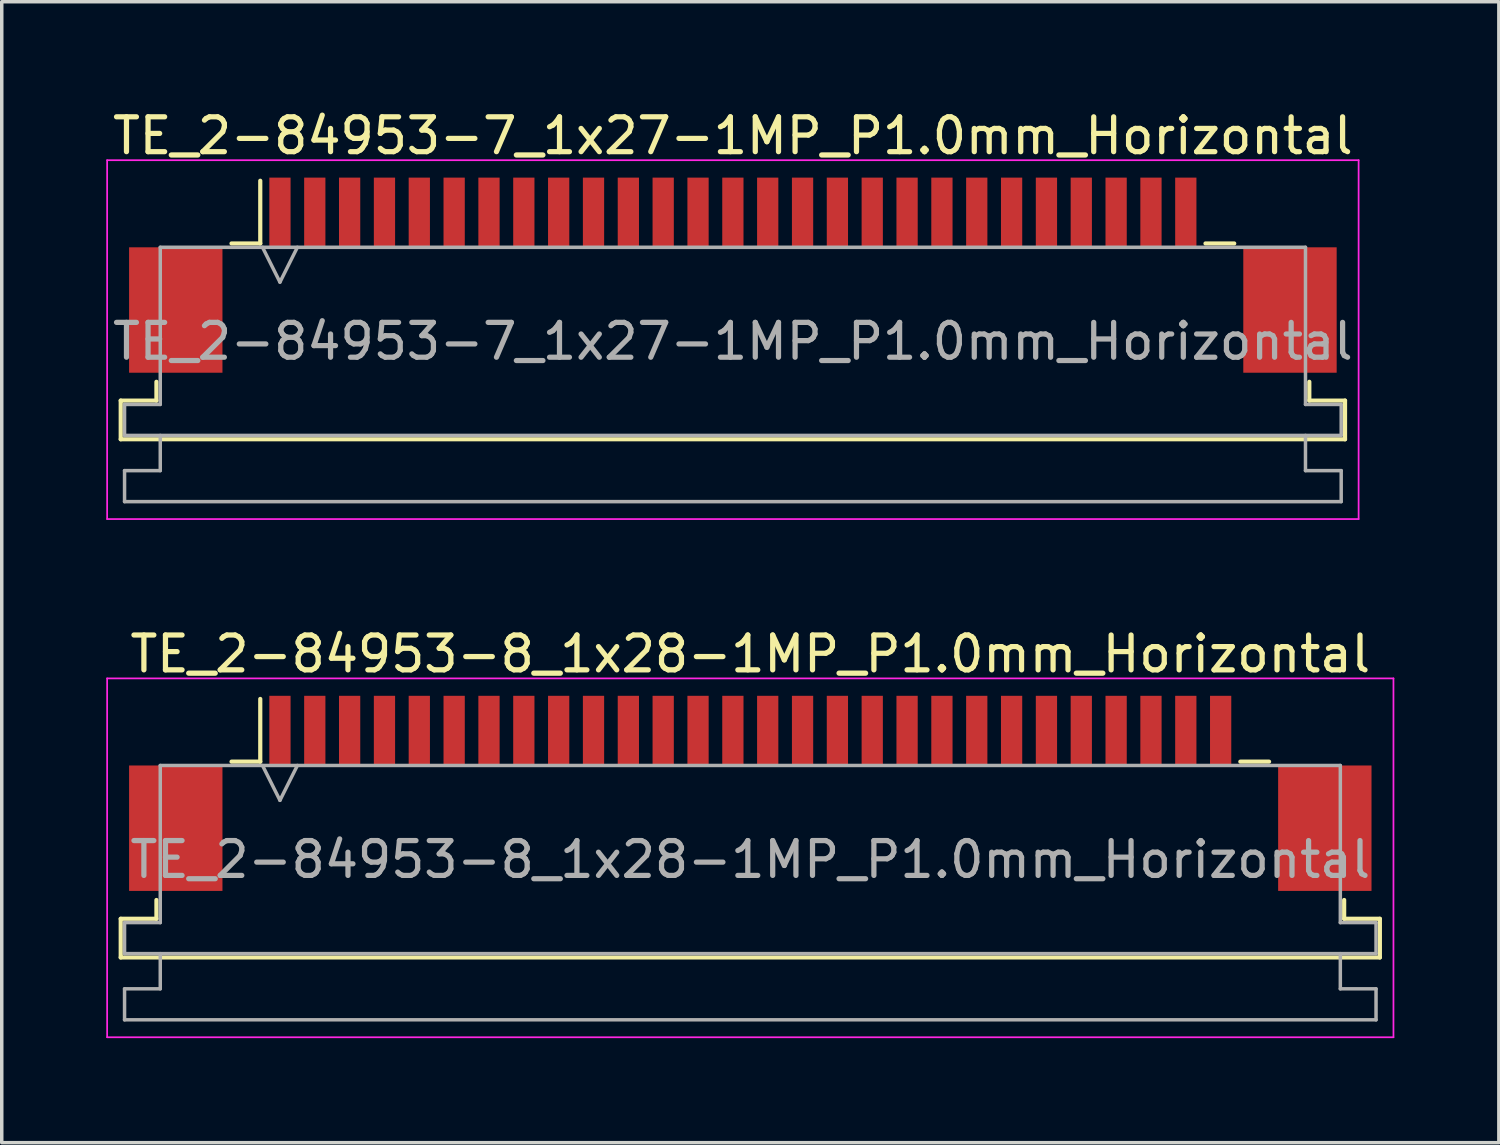
<source format=kicad_pcb>
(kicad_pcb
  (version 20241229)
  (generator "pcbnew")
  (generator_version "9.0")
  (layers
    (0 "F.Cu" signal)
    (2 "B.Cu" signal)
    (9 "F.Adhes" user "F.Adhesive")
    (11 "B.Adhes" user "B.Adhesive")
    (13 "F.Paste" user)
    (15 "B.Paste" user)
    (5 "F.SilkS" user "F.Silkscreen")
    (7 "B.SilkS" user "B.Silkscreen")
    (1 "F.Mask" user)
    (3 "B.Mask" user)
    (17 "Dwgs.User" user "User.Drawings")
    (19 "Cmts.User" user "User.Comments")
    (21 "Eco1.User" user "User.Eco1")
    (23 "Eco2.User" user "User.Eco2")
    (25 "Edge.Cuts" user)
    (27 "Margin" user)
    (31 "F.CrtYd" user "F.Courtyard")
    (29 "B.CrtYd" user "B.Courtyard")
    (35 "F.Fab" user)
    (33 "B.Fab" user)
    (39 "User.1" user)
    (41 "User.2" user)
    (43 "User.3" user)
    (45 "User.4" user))
  (footprint "TE_2-84953-7_1x27-1MP_P1.0mm_Horizontal"
    (layer "F.Cu")
    (at 17.985 4.848)
    (property "Reference" "TE_2-84953-7_1x27-1MP_P1.0mm_Horizontal" (at 0 -4 0) (layer "F.SilkS") (effects (font (size 1 1) (thickness 0.15))))
    (attr smd)
    (fp_line (start -17.57 3.6) (end -16.545 3.6) (stroke (width 0.12) (type solid)) (layer "F.SilkS"))
    (fp_line (start -17.57 4.71) (end -17.57 3.6) (stroke (width 0.12) (type solid)) (layer "F.SilkS"))
    (fp_line (start -16.545 3.6) (end -16.545 3.06) (stroke (width 0.12) (type solid)) (layer "F.SilkS"))
    (fp_line (start -14.39 -0.91) (end -13.565 -0.91) (stroke (width 0.12) (type solid)) (layer "F.SilkS"))
    (fp_line (start -13.565 -0.91) (end -13.565 -2.71) (stroke (width 0.12) (type solid)) (layer "F.SilkS"))
    (fp_line (start 13.565 -0.91) (end 14.39 -0.91) (stroke (width 0.12) (type solid)) (layer "F.SilkS"))
    (fp_line (start 16.545 3.06) (end 16.545 3.6) (stroke (width 0.12) (type solid)) (layer "F.SilkS"))
    (fp_line (start 16.545 3.6) (end 17.57 3.6) (stroke (width 0.12) (type solid)) (layer "F.SilkS"))
    (fp_line (start 17.57 3.6) (end 17.57 4.71) (stroke (width 0.12) (type solid)) (layer "F.SilkS"))
    (fp_line (start 17.57 4.71) (end -17.57 4.71) (stroke (width 0.12) (type solid)) (layer "F.SilkS"))
    (fp_line (start -17.96 -3.3) (end -17.96 7) (stroke (width 0.05) (type solid)) (layer "F.CrtYd"))
    (fp_line (start -17.96 7) (end 17.96 7) (stroke (width 0.05) (type solid)) (layer "F.CrtYd"))
    (fp_line (start 17.96 -3.3) (end -17.96 -3.3) (stroke (width 0.05) (type solid)) (layer "F.CrtYd"))
    (fp_line (start 17.96 7) (end 17.96 -3.3) (stroke (width 0.05) (type solid)) (layer "F.CrtYd"))
    (fp_line (start -17.46 3.71) (end -16.435 3.71) (stroke (width 0.1) (type solid)) (layer "F.Fab"))
    (fp_line (start -17.46 4.6) (end -17.46 3.71) (stroke (width 0.1) (type solid)) (layer "F.Fab"))
    (fp_line (start -17.46 5.61) (end -16.435 5.61) (stroke (width 0.1) (type solid)) (layer "F.Fab"))
    (fp_line (start -17.46 6.5) (end -17.46 5.61) (stroke (width 0.1) (type solid)) (layer "F.Fab"))
    (fp_line (start -16.435 -0.8) (end 16.435 -0.8) (stroke (width 0.1) (type solid)) (layer "F.Fab"))
    (fp_line (start -16.435 3.71) (end -16.435 -0.8) (stroke (width 0.1) (type solid)) (layer "F.Fab"))
    (fp_line (start -16.435 5.61) (end -16.435 4.6) (stroke (width 0.1) (type solid)) (layer "F.Fab"))
    (fp_line (start -13.5 -0.8) (end -13 0.2) (stroke (width 0.1) (type solid)) (layer "F.Fab"))
    (fp_line (start -13 0.2) (end -12.5 -0.8) (stroke (width 0.1) (type solid)) (layer "F.Fab"))
    (fp_line (start 16.435 -0.8) (end 16.435 3.71) (stroke (width 0.1) (type solid)) (layer "F.Fab"))
    (fp_line (start 16.435 3.71) (end 17.46 3.71) (stroke (width 0.1) (type solid)) (layer "F.Fab"))
    (fp_line (start 16.435 4.6) (end 16.435 5.61) (stroke (width 0.1) (type solid)) (layer "F.Fab"))
    (fp_line (start 16.435 5.61) (end 17.46 5.61) (stroke (width 0.1) (type solid)) (layer "F.Fab"))
    (fp_line (start 17.46 3.71) (end 17.46 4.6) (stroke (width 0.1) (type solid)) (layer "F.Fab"))
    (fp_line (start 17.46 4.6) (end -17.46 4.6) (stroke (width 0.1) (type solid)) (layer "F.Fab"))
    (fp_line (start 17.46 5.61) (end 17.46 6.5) (stroke (width 0.1) (type solid)) (layer "F.Fab"))
    (fp_line (start 17.46 6.5) (end -17.46 6.5) (stroke (width 0.1) (type solid)) (layer "F.Fab"))
    (fp_text user "${REFERENCE}" (at 0 1.9 0) (layer "F.Fab") (effects (font (size 1 1) (thickness 0.15))))
    (pad "1" smd rect (at -13 -1.8) (size 0.61 2) (layers "F.Cu" "F.Mask" "F.Paste"))
    (pad "2" smd rect (at -12 -1.8) (size 0.61 2) (layers "F.Cu" "F.Mask" "F.Paste"))
    (pad "3" smd rect (at -11 -1.8) (size 0.61 2) (layers "F.Cu" "F.Mask" "F.Paste"))
    (pad "4" smd rect (at -10 -1.8) (size 0.61 2) (layers "F.Cu" "F.Mask" "F.Paste"))
    (pad "5" smd rect (at -9 -1.8) (size 0.61 2) (layers "F.Cu" "F.Mask" "F.Paste"))
    (pad "6" smd rect (at -8 -1.8) (size 0.61 2) (layers "F.Cu" "F.Mask" "F.Paste"))
    (pad "7" smd rect (at -7 -1.8) (size 0.61 2) (layers "F.Cu" "F.Mask" "F.Paste"))
    (pad "8" smd rect (at -6 -1.8) (size 0.61 2) (layers "F.Cu" "F.Mask" "F.Paste"))
    (pad "9" smd rect (at -5 -1.8) (size 0.61 2) (layers "F.Cu" "F.Mask" "F.Paste"))
    (pad "10" smd rect (at -4 -1.8) (size 0.61 2) (layers "F.Cu" "F.Mask" "F.Paste"))
    (pad "11" smd rect (at -3 -1.8) (size 0.61 2) (layers "F.Cu" "F.Mask" "F.Paste"))
    (pad "12" smd rect (at -2 -1.8) (size 0.61 2) (layers "F.Cu" "F.Mask" "F.Paste"))
    (pad "13" smd rect (at -1 -1.8) (size 0.61 2) (layers "F.Cu" "F.Mask" "F.Paste"))
    (pad "14" smd rect (at 0 -1.8) (size 0.61 2) (layers "F.Cu" "F.Mask" "F.Paste"))
    (pad "15" smd rect (at 1 -1.8) (size 0.61 2) (layers "F.Cu" "F.Mask" "F.Paste"))
    (pad "16" smd rect (at 2 -1.8) (size 0.61 2) (layers "F.Cu" "F.Mask" "F.Paste"))
    (pad "17" smd rect (at 3 -1.8) (size 0.61 2) (layers "F.Cu" "F.Mask" "F.Paste"))
    (pad "18" smd rect (at 4 -1.8) (size 0.61 2) (layers "F.Cu" "F.Mask" "F.Paste"))
    (pad "19" smd rect (at 5 -1.8) (size 0.61 2) (layers "F.Cu" "F.Mask" "F.Paste"))
    (pad "20" smd rect (at 6 -1.8) (size 0.61 2) (layers "F.Cu" "F.Mask" "F.Paste"))
    (pad "21" smd rect (at 7 -1.8) (size 0.61 2) (layers "F.Cu" "F.Mask" "F.Paste"))
    (pad "22" smd rect (at 8 -1.8) (size 0.61 2) (layers "F.Cu" "F.Mask" "F.Paste"))
    (pad "23" smd rect (at 9 -1.8) (size 0.61 2) (layers "F.Cu" "F.Mask" "F.Paste"))
    (pad "24" smd rect (at 10 -1.8) (size 0.61 2) (layers "F.Cu" "F.Mask" "F.Paste"))
    (pad "25" smd rect (at 11 -1.8) (size 0.61 2) (layers "F.Cu" "F.Mask" "F.Paste"))
    (pad "26" smd rect (at 12 -1.8) (size 0.61 2) (layers "F.Cu" "F.Mask" "F.Paste"))
    (pad "27" smd rect (at 13 -1.8) (size 0.61 2) (layers "F.Cu" "F.Mask" "F.Paste"))
    (pad "MP" smd rect (at -15.99 1) (size 2.68 3.6) (layers "F.Cu" "F.Mask" "F.Paste"))
    (pad "MP" smd rect (at 15.99 1) (size 2.68 3.6) (layers "F.Cu" "F.Mask" "F.Paste")))
  (footprint "TE_2-84953-8_1x28-1MP_P1.0mm_Horizontal"
    (layer "F.Cu")
    (at 18.485 19.721)
    (property "Reference" "TE_2-84953-8_1x28-1MP_P1.0mm_Horizontal" (at 0 -4 0) (layer "F.SilkS") (effects (font (size 1 1) (thickness 0.15))))
    (attr smd)
    (fp_line (start -18.07 3.6) (end -17.045 3.6) (stroke (width 0.12) (type solid)) (layer "F.SilkS"))
    (fp_line (start -18.07 4.71) (end -18.07 3.6) (stroke (width 0.12) (type solid)) (layer "F.SilkS"))
    (fp_line (start -17.045 3.6) (end -17.045 3.06) (stroke (width 0.12) (type solid)) (layer "F.SilkS"))
    (fp_line (start -14.89 -0.91) (end -14.065 -0.91) (stroke (width 0.12) (type solid)) (layer "F.SilkS"))
    (fp_line (start -14.065 -0.91) (end -14.065 -2.71) (stroke (width 0.12) (type solid)) (layer "F.SilkS"))
    (fp_line (start 14.065 -0.91) (end 14.89 -0.91) (stroke (width 0.12) (type solid)) (layer "F.SilkS"))
    (fp_line (start 17.045 3.06) (end 17.045 3.6) (stroke (width 0.12) (type solid)) (layer "F.SilkS"))
    (fp_line (start 17.045 3.6) (end 18.07 3.6) (stroke (width 0.12) (type solid)) (layer "F.SilkS"))
    (fp_line (start 18.07 3.6) (end 18.07 4.71) (stroke (width 0.12) (type solid)) (layer "F.SilkS"))
    (fp_line (start 18.07 4.71) (end -18.07 4.71) (stroke (width 0.12) (type solid)) (layer "F.SilkS"))
    (fp_line (start -18.46 -3.3) (end -18.46 7) (stroke (width 0.05) (type solid)) (layer "F.CrtYd"))
    (fp_line (start -18.46 7) (end 18.46 7) (stroke (width 0.05) (type solid)) (layer "F.CrtYd"))
    (fp_line (start 18.46 -3.3) (end -18.46 -3.3) (stroke (width 0.05) (type solid)) (layer "F.CrtYd"))
    (fp_line (start 18.46 7) (end 18.46 -3.3) (stroke (width 0.05) (type solid)) (layer "F.CrtYd"))
    (fp_line (start -17.96 3.71) (end -16.935 3.71) (stroke (width 0.1) (type solid)) (layer "F.Fab"))
    (fp_line (start -17.96 4.6) (end -17.96 3.71) (stroke (width 0.1) (type solid)) (layer "F.Fab"))
    (fp_line (start -17.96 5.61) (end -16.935 5.61) (stroke (width 0.1) (type solid)) (layer "F.Fab"))
    (fp_line (start -17.96 6.5) (end -17.96 5.61) (stroke (width 0.1) (type solid)) (layer "F.Fab"))
    (fp_line (start -16.935 -0.8) (end 16.935 -0.8) (stroke (width 0.1) (type solid)) (layer "F.Fab"))
    (fp_line (start -16.935 3.71) (end -16.935 -0.8) (stroke (width 0.1) (type solid)) (layer "F.Fab"))
    (fp_line (start -16.935 5.61) (end -16.935 4.6) (stroke (width 0.1) (type solid)) (layer "F.Fab"))
    (fp_line (start -14 -0.8) (end -13.5 0.2) (stroke (width 0.1) (type solid)) (layer "F.Fab"))
    (fp_line (start -13.5 0.2) (end -13 -0.8) (stroke (width 0.1) (type solid)) (layer "F.Fab"))
    (fp_line (start 16.935 -0.8) (end 16.935 3.71) (stroke (width 0.1) (type solid)) (layer "F.Fab"))
    (fp_line (start 16.935 3.71) (end 17.96 3.71) (stroke (width 0.1) (type solid)) (layer "F.Fab"))
    (fp_line (start 16.935 4.6) (end 16.935 5.61) (stroke (width 0.1) (type solid)) (layer "F.Fab"))
    (fp_line (start 16.935 5.61) (end 17.96 5.61) (stroke (width 0.1) (type solid)) (layer "F.Fab"))
    (fp_line (start 17.96 3.71) (end 17.96 4.6) (stroke (width 0.1) (type solid)) (layer "F.Fab"))
    (fp_line (start 17.96 4.6) (end -17.96 4.6) (stroke (width 0.1) (type solid)) (layer "F.Fab"))
    (fp_line (start 17.96 5.61) (end 17.96 6.5) (stroke (width 0.1) (type solid)) (layer "F.Fab"))
    (fp_line (start 17.96 6.5) (end -17.96 6.5) (stroke (width 0.1) (type solid)) (layer "F.Fab"))
    (fp_text user "${REFERENCE}" (at 0 1.9 0) (layer "F.Fab") (effects (font (size 1 1) (thickness 0.15))))
    (pad "1" smd rect (at -13.5 -1.8) (size 0.61 2) (layers "F.Cu" "F.Mask" "F.Paste"))
    (pad "2" smd rect (at -12.5 -1.8) (size 0.61 2) (layers "F.Cu" "F.Mask" "F.Paste"))
    (pad "3" smd rect (at -11.5 -1.8) (size 0.61 2) (layers "F.Cu" "F.Mask" "F.Paste"))
    (pad "4" smd rect (at -10.5 -1.8) (size 0.61 2) (layers "F.Cu" "F.Mask" "F.Paste"))
    (pad "5" smd rect (at -9.5 -1.8) (size 0.61 2) (layers "F.Cu" "F.Mask" "F.Paste"))
    (pad "6" smd rect (at -8.5 -1.8) (size 0.61 2) (layers "F.Cu" "F.Mask" "F.Paste"))
    (pad "7" smd rect (at -7.5 -1.8) (size 0.61 2) (layers "F.Cu" "F.Mask" "F.Paste"))
    (pad "8" smd rect (at -6.5 -1.8) (size 0.61 2) (layers "F.Cu" "F.Mask" "F.Paste"))
    (pad "9" smd rect (at -5.5 -1.8) (size 0.61 2) (layers "F.Cu" "F.Mask" "F.Paste"))
    (pad "10" smd rect (at -4.5 -1.8) (size 0.61 2) (layers "F.Cu" "F.Mask" "F.Paste"))
    (pad "11" smd rect (at -3.5 -1.8) (size 0.61 2) (layers "F.Cu" "F.Mask" "F.Paste"))
    (pad "12" smd rect (at -2.5 -1.8) (size 0.61 2) (layers "F.Cu" "F.Mask" "F.Paste"))
    (pad "13" smd rect (at -1.5 -1.8) (size 0.61 2) (layers "F.Cu" "F.Mask" "F.Paste"))
    (pad "14" smd rect (at -0.5 -1.8) (size 0.61 2) (layers "F.Cu" "F.Mask" "F.Paste"))
    (pad "15" smd rect (at 0.5 -1.8) (size 0.61 2) (layers "F.Cu" "F.Mask" "F.Paste"))
    (pad "16" smd rect (at 1.5 -1.8) (size 0.61 2) (layers "F.Cu" "F.Mask" "F.Paste"))
    (pad "17" smd rect (at 2.5 -1.8) (size 0.61 2) (layers "F.Cu" "F.Mask" "F.Paste"))
    (pad "18" smd rect (at 3.5 -1.8) (size 0.61 2) (layers "F.Cu" "F.Mask" "F.Paste"))
    (pad "19" smd rect (at 4.5 -1.8) (size 0.61 2) (layers "F.Cu" "F.Mask" "F.Paste"))
    (pad "20" smd rect (at 5.5 -1.8) (size 0.61 2) (layers "F.Cu" "F.Mask" "F.Paste"))
    (pad "21" smd rect (at 6.5 -1.8) (size 0.61 2) (layers "F.Cu" "F.Mask" "F.Paste"))
    (pad "22" smd rect (at 7.5 -1.8) (size 0.61 2) (layers "F.Cu" "F.Mask" "F.Paste"))
    (pad "23" smd rect (at 8.5 -1.8) (size 0.61 2) (layers "F.Cu" "F.Mask" "F.Paste"))
    (pad "24" smd rect (at 9.5 -1.8) (size 0.61 2) (layers "F.Cu" "F.Mask" "F.Paste"))
    (pad "25" smd rect (at 10.5 -1.8) (size 0.61 2) (layers "F.Cu" "F.Mask" "F.Paste"))
    (pad "26" smd rect (at 11.5 -1.8) (size 0.61 2) (layers "F.Cu" "F.Mask" "F.Paste"))
    (pad "27" smd rect (at 12.5 -1.8) (size 0.61 2) (layers "F.Cu" "F.Mask" "F.Paste"))
    (pad "28" smd rect (at 13.5 -1.8) (size 0.61 2) (layers "F.Cu" "F.Mask" "F.Paste"))
    (pad "MP" smd rect (at -16.49 1) (size 2.68 3.6) (layers "F.Cu" "F.Mask" "F.Paste"))
    (pad "MP" smd rect (at 16.49 1) (size 2.68 3.6) (layers "F.Cu" "F.Mask" "F.Paste")))
  (gr_rect
    (start -3 -3)
    (end 39.97 29.747)
    (stroke (width 0.1) (type default))
    (fill no)
    (layer "Edge.Cuts")))
</source>
